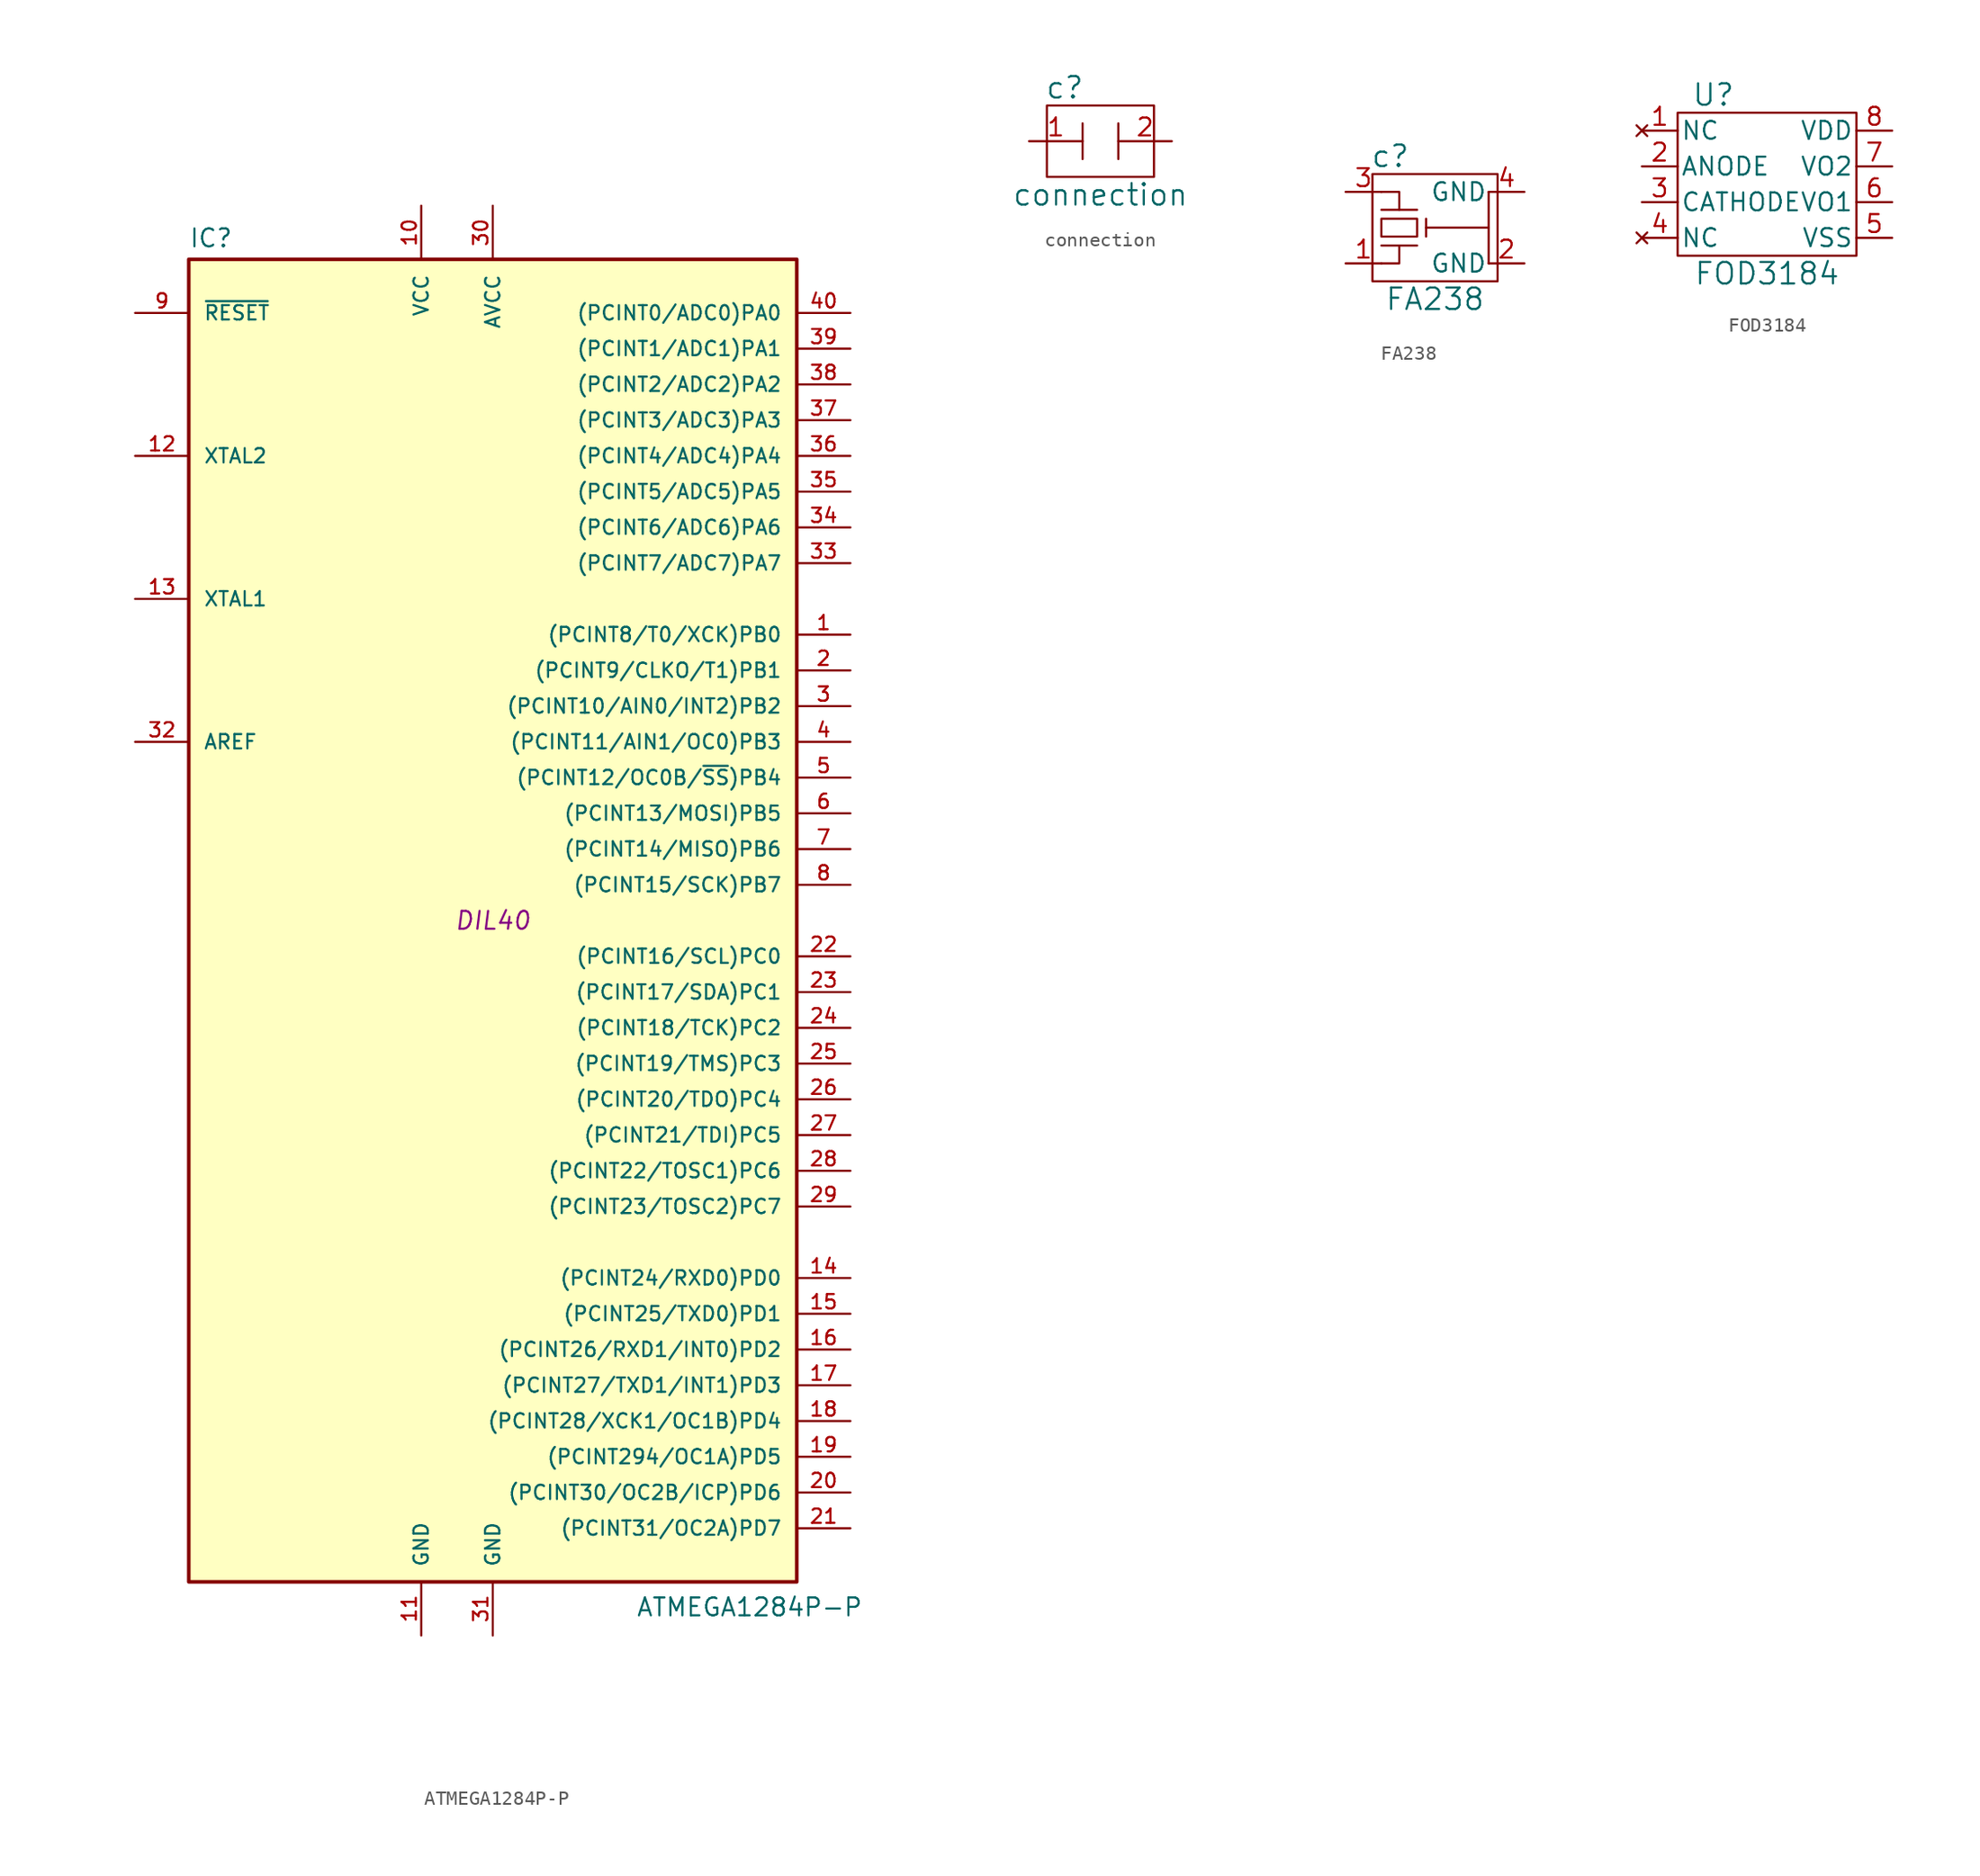
<source format=kicad_sym>
(kicad_symbol_lib
  (version 20211014)
  (generator kicad_symbol_editor)
  (symbol "ATMEGA1284P-P"
    (pin_names
      (offset 1.016))
    (property "Reference" "IC"
      (at -21.59 47.752 0)
      (effects (font (size 1.27 1.27)) (justify left bottom)))
    (property "Value" "ATMEGA1284P-P"
      (at 10.16 -49.53 0)
      (effects (font (size 1.27 1.27)) (justify left bottom)))
    (property "Footprint" "DIL40"
      (at 0 0 0)
      (effects (font (size 1.27 1.27) italic)))
    (property "Datasheet" ""
      (at 0 0 0)
      (effects (font (size 1.27 1.27))))
    (symbol "ATMEGA1284P-P_0_1"
      (rectangle (start -21.59 46.99) (end 21.59 -46.99) (stroke (width 0.254) (type default) (color 0 0 0 0)) (fill (type background))))
    (symbol "ATMEGA1284P-P_1_1"
      (pin bidirectional line (at 25.4 20.32 180) (length 3.81) (name "(PCINT8/T0/XCK)PB0" (effects (font (size 1.016 1.016)))) (number "1" (effects (font (size 1.016 1.016)))))
      (pin power_in line (at -5.08 50.8 270) (length 3.81) (name "VCC" (effects (font (size 1.016 1.016)))) (number "10" (effects (font (size 1.016 1.016)))))
      (pin power_in line (at -5.08 -50.8 90) (length 3.81) (name "GND" (effects (font (size 1.016 1.016)))) (number "11" (effects (font (size 1.016 1.016)))))
      (pin bidirectional line (at -25.4 33.02 0) (length 3.81) (name "XTAL2" (effects (font (size 1.016 1.016)))) (number "12" (effects (font (size 1.016 1.016)))))
      (pin bidirectional line (at -25.4 22.86 0) (length 3.81) (name "XTAL1" (effects (font (size 1.016 1.016)))) (number "13" (effects (font (size 1.016 1.016)))))
      (pin bidirectional line (at 25.4 -25.4 180) (length 3.81) (name "(PCINT24/RXD0)PD0" (effects (font (size 1.016 1.016)))) (number "14" (effects (font (size 1.016 1.016)))))
      (pin bidirectional line (at 25.4 -27.94 180) (length 3.81) (name "(PCINT25/TXD0)PD1" (effects (font (size 1.016 1.016)))) (number "15" (effects (font (size 1.016 1.016)))))
      (pin bidirectional line (at 25.4 -30.48 180) (length 3.81) (name "(PCINT26/RXD1/INT0)PD2" (effects (font (size 1.016 1.016)))) (number "16" (effects (font (size 1.016 1.016)))))
      (pin bidirectional line (at 25.4 -33.02 180) (length 3.81) (name "(PCINT27/TXD1/INT1)PD3" (effects (font (size 1.016 1.016)))) (number "17" (effects (font (size 1.016 1.016)))))
      (pin bidirectional line (at 25.4 -35.56 180) (length 3.81) (name "(PCINT28/XCK1/OC1B)PD4" (effects (font (size 1.016 1.016)))) (number "18" (effects (font (size 1.016 1.016)))))
      (pin bidirectional line (at 25.4 -38.1 180) (length 3.81) (name "(PCINT294/OC1A)PD5" (effects (font (size 1.016 1.016)))) (number "19" (effects (font (size 1.016 1.016)))))
      (pin bidirectional line (at 25.4 17.78 180) (length 3.81) (name "(PCINT9/CLKO/T1)PB1" (effects (font (size 1.016 1.016)))) (number "2" (effects (font (size 1.016 1.016)))))
      (pin bidirectional line (at 25.4 -40.64 180) (length 3.81) (name "(PCINT30/OC2B/ICP)PD6" (effects (font (size 1.016 1.016)))) (number "20" (effects (font (size 1.016 1.016)))))
      (pin bidirectional line (at 25.4 -43.18 180) (length 3.81) (name "(PCINT31/OC2A)PD7" (effects (font (size 1.016 1.016)))) (number "21" (effects (font (size 1.016 1.016)))))
      (pin bidirectional line (at 25.4 -2.54 180) (length 3.81) (name "(PCINT16/SCL)PC0" (effects (font (size 1.016 1.016)))) (number "22" (effects (font (size 1.016 1.016)))))
      (pin bidirectional line (at 25.4 -5.08 180) (length 3.81) (name "(PCINT17/SDA)PC1" (effects (font (size 1.016 1.016)))) (number "23" (effects (font (size 1.016 1.016)))))
      (pin bidirectional line (at 25.4 -7.62 180) (length 3.81) (name "(PCINT18/TCK)PC2" (effects (font (size 1.016 1.016)))) (number "24" (effects (font (size 1.016 1.016)))))
      (pin bidirectional line (at 25.4 -10.16 180) (length 3.81) (name "(PCINT19/TMS)PC3" (effects (font (size 1.016 1.016)))) (number "25" (effects (font (size 1.016 1.016)))))
      (pin bidirectional line (at 25.4 -12.7 180) (length 3.81) (name "(PCINT20/TDO)PC4" (effects (font (size 1.016 1.016)))) (number "26" (effects (font (size 1.016 1.016)))))
      (pin bidirectional line (at 25.4 -15.24 180) (length 3.81) (name "(PCINT21/TDI)PC5" (effects (font (size 1.016 1.016)))) (number "27" (effects (font (size 1.016 1.016)))))
      (pin bidirectional line (at 25.4 -17.78 180) (length 3.81) (name "(PCINT22/TOSC1)PC6" (effects (font (size 1.016 1.016)))) (number "28" (effects (font (size 1.016 1.016)))))
      (pin bidirectional line (at 25.4 -20.32 180) (length 3.81) (name "(PCINT23/TOSC2)PC7" (effects (font (size 1.016 1.016)))) (number "29" (effects (font (size 1.016 1.016)))))
      (pin bidirectional line (at 25.4 15.24 180) (length 3.81) (name "(PCINT10/AIN0/INT2)PB2" (effects (font (size 1.016 1.016)))) (number "3" (effects (font (size 1.016 1.016)))))
      (pin power_in line (at 0 50.8 270) (length 3.81) (name "AVCC" (effects (font (size 1.016 1.016)))) (number "30" (effects (font (size 1.016 1.016)))))
      (pin power_in line (at 0 -50.8 90) (length 3.81) (name "GND" (effects (font (size 1.016 1.016)))) (number "31" (effects (font (size 1.016 1.016)))))
      (pin power_in line (at -25.4 12.7 0) (length 3.81) (name "AREF" (effects (font (size 1.016 1.016)))) (number "32" (effects (font (size 1.016 1.016)))))
      (pin bidirectional line (at 25.4 25.4 180) (length 3.81) (name "(PCINT7/ADC7)PA7" (effects (font (size 1.016 1.016)))) (number "33" (effects (font (size 1.016 1.016)))))
      (pin bidirectional line (at 25.4 27.94 180) (length 3.81) (name "(PCINT6/ADC6)PA6" (effects (font (size 1.016 1.016)))) (number "34" (effects (font (size 1.016 1.016)))))
      (pin bidirectional line (at 25.4 30.48 180) (length 3.81) (name "(PCINT5/ADC5)PA5" (effects (font (size 1.016 1.016)))) (number "35" (effects (font (size 1.016 1.016)))))
      (pin bidirectional line (at 25.4 33.02 180) (length 3.81) (name "(PCINT4/ADC4)PA4" (effects (font (size 1.016 1.016)))) (number "36" (effects (font (size 1.016 1.016)))))
      (pin bidirectional line (at 25.4 35.56 180) (length 3.81) (name "(PCINT3/ADC3)PA3" (effects (font (size 1.016 1.016)))) (number "37" (effects (font (size 1.016 1.016)))))
      (pin bidirectional line (at 25.4 38.1 180) (length 3.81) (name "(PCINT2/ADC2)PA2" (effects (font (size 1.016 1.016)))) (number "38" (effects (font (size 1.016 1.016)))))
      (pin bidirectional line (at 25.4 40.64 180) (length 3.81) (name "(PCINT1/ADC1)PA1" (effects (font (size 1.016 1.016)))) (number "39" (effects (font (size 1.016 1.016)))))
      (pin bidirectional line (at 25.4 12.7 180) (length 3.81) (name "(PCINT11/AIN1/OC0)PB3" (effects (font (size 1.016 1.016)))) (number "4" (effects (font (size 1.016 1.016)))))
      (pin bidirectional line (at 25.4 43.18 180) (length 3.81) (name "(PCINT0/ADC0)PA0" (effects (font (size 1.016 1.016)))) (number "40" (effects (font (size 1.016 1.016)))))
      (pin bidirectional line (at 25.4 10.16 180) (length 3.81) (name "(PCINT12/OC0B/~{SS})PB4" (effects (font (size 1.016 1.016)))) (number "5" (effects (font (size 1.016 1.016)))))
      (pin bidirectional line (at 25.4 7.62 180) (length 3.81) (name "(PCINT13/MOSI)PB5" (effects (font (size 1.016 1.016)))) (number "6" (effects (font (size 1.016 1.016)))))
      (pin bidirectional line (at 25.4 5.08 180) (length 3.81) (name "(PCINT14/MISO)PB6" (effects (font (size 1.016 1.016)))) (number "7" (effects (font (size 1.016 1.016)))))
      (pin bidirectional line (at 25.4 2.54 180) (length 3.81) (name "(PCINT15/SCK)PB7" (effects (font (size 1.016 1.016)))) (number "8" (effects (font (size 1.016 1.016)))))
      (pin input line (at -25.4 43.18 0) (length 3.81) (name "~{RESET}" (effects (font (size 1.016 1.016)))) (number "9" (effects (font (size 1.016 1.016)))))))
  (symbol "connection"
    (pin_names
      (offset 0.051))
    (property "Reference" "c"
      (at -2.54 3.81 0)
      (effects (font (size 1.524 1.524))))
    (property "Value" "connection"
      (at 0 -3.81 0)
      (effects (font (size 1.524 1.524))))
    (property "Footprint" ""
      (at 0 0 0)
      (effects (font (size 1.524 1.524))))
    (property "Datasheet" ""
      (at 0 0 0)
      (effects (font (size 1.524 1.524))))
    (symbol "connection_0_1"
      (rectangle (start -3.81 2.54) (end 3.81 -2.54) (stroke (width 0) (type default) (color 0 0 0 0)) (fill (type none)))
      (polyline (pts (xy -1.27 1.27) (xy -1.27 -1.27)) (stroke (width 0) (type default) (color 0 0 0 0)) (fill (type none)))
      (polyline (pts (xy 1.27 1.27) (xy 1.27 -1.27)) (stroke (width 0) (type default) (color 0 0 0 0)) (fill (type none))))
    (symbol "connection_1_1"
      (pin passive line (at -5.08 0 0) (length 3.81) (name "~" (effects (font (size 1.27 1.27)))) (number "1" (effects (font (size 1.27 1.27)))))
      (pin passive line (at 5.08 0 180) (length 3.81) (name "~" (effects (font (size 1.27 1.27)))) (number "2" (effects (font (size 1.27 1.27)))))))
  (symbol "FA238"
    (pin_names
      (offset 0.102))
    (property "Reference" "c"
      (at -3.175 5.08 0)
      (effects (font (size 1.524 1.524))))
    (property "Value" "FA238"
      (at 0 -5.08 0)
      (effects (font (size 1.524 1.524))))
    (property "Footprint" ""
      (at -10.16 10.16 0)
      (effects (font (size 1.524 1.524))))
    (property "Datasheet" ""
      (at -10.16 10.16 0)
      (effects (font (size 1.524 1.524))))
    (symbol "FA238_0_1"
      (rectangle (start -4.445 3.81) (end 4.445 -3.81) (stroke (width 0) (type default) (color 0 0 0 0)) (fill (type none)))
      (rectangle (start -3.81 -0.635) (end -1.27 0.635) (stroke (width 0) (type default) (color 0 0 0 0)) (fill (type none)))
      (polyline (pts (xy -3.81 -1.27) (xy -1.27 -1.27)) (stroke (width 0) (type default) (color 0 0 0 0)) (fill (type none)))
      (polyline (pts (xy -3.81 1.27) (xy -1.27 1.27)) (stroke (width 0) (type default) (color 0 0 0 0)) (fill (type none)))
      (polyline (pts (xy -0.635 0.635) (xy -0.635 -0.635)) (stroke (width 0) (type default) (color 0 0 0 0)) (fill (type none)))
      (polyline (pts (xy 3.81 -2.54) (xy 3.81 0)) (stroke (width 0) (type default) (color 0 0 0 0)) (fill (type none)))
      (polyline (pts (xy -3.81 -2.54) (xy -2.54 -2.54) (xy -2.54 -1.27)) (stroke (width 0) (type default) (color 0 0 0 0)) (fill (type none)))
      (polyline (pts (xy -3.81 2.54) (xy -2.54 2.54) (xy -2.54 1.27)) (stroke (width 0) (type default) (color 0 0 0 0)) (fill (type none)))
      (polyline (pts (xy -0.635 0) (xy 3.81 0) (xy 3.81 2.54)) (stroke (width 0) (type default) (color 0 0 0 0)) (fill (type none))))
    (symbol "FA238_1_1"
      (pin passive line (at -6.35 -2.54 0) (length 2.54) (name "~" (effects (font (size 1.27 1.27)))) (number "1" (effects (font (size 1.27 1.27)))))
      (pin power_in line (at 6.35 -2.54 180) (length 2.54) (name "GND" (effects (font (size 1.27 1.27)))) (number "2" (effects (font (size 1.27 1.27)))))
      (pin passive line (at -6.35 2.54 0) (length 2.54) (name "~" (effects (font (size 1.27 1.27)))) (number "3" (effects (font (size 1.27 1.27)))))
      (pin power_in line (at 6.35 2.54 180) (length 2.54) (name "GND" (effects (font (size 1.27 1.27)))) (number "4" (effects (font (size 1.27 1.27)))))))
  (symbol "FOD3184"
    (pin_names
      (offset 0.203))
    (property "Reference" "U"
      (at -3.81 6.35 0)
      (effects (font (size 1.524 1.524))))
    (property "Value" "FOD3184"
      (at 0 -6.35 0)
      (effects (font (size 1.524 1.524))))
    (property "Footprint" ""
      (at -2.54 3.81 0)
      (effects (font (size 1.524 1.524))))
    (property "Datasheet" ""
      (at -2.54 3.81 0)
      (effects (font (size 1.524 1.524))))
    (symbol "FOD3184_0_1"
      (rectangle (start -6.35 5.08) (end 6.35 -5.08) (stroke (width 0) (type default) (color 0 0 0 0)) (fill (type none))))
    (symbol "FOD3184_1_1"
      (pin no_connect line (at -8.89 3.81 0) (length 2.54) (name "NC" (effects (font (size 1.27 1.27)))) (number "1" (effects (font (size 1.27 1.27)))))
      (pin input line (at -8.89 1.27 0) (length 2.54) (name "ANODE" (effects (font (size 1.27 1.27)))) (number "2" (effects (font (size 1.27 1.27)))))
      (pin input line (at -8.89 -1.27 0) (length 2.54) (name "CATHODE" (effects (font (size 1.27 1.27)))) (number "3" (effects (font (size 1.27 1.27)))))
      (pin no_connect line (at -8.89 -3.81 0) (length 2.54) (name "NC" (effects (font (size 1.27 1.27)))) (number "4" (effects (font (size 1.27 1.27)))))
      (pin power_in line (at 8.89 -3.81 180) (length 2.54) (name "VSS" (effects (font (size 1.27 1.27)))) (number "5" (effects (font (size 1.27 1.27)))))
      (pin passive line (at 8.89 -1.27 180) (length 2.54) (name "VO1" (effects (font (size 1.27 1.27)))) (number "6" (effects (font (size 1.27 1.27)))))
      (pin passive line (at 8.89 1.27 180) (length 2.54) (name "VO2" (effects (font (size 1.27 1.27)))) (number "7" (effects (font (size 1.27 1.27)))))
      (pin power_in line (at 8.89 3.81 180) (length 2.54) (name "VDD" (effects (font (size 1.27 1.27)))) (number "8" (effects (font (size 1.27 1.27))))))))
</source>
